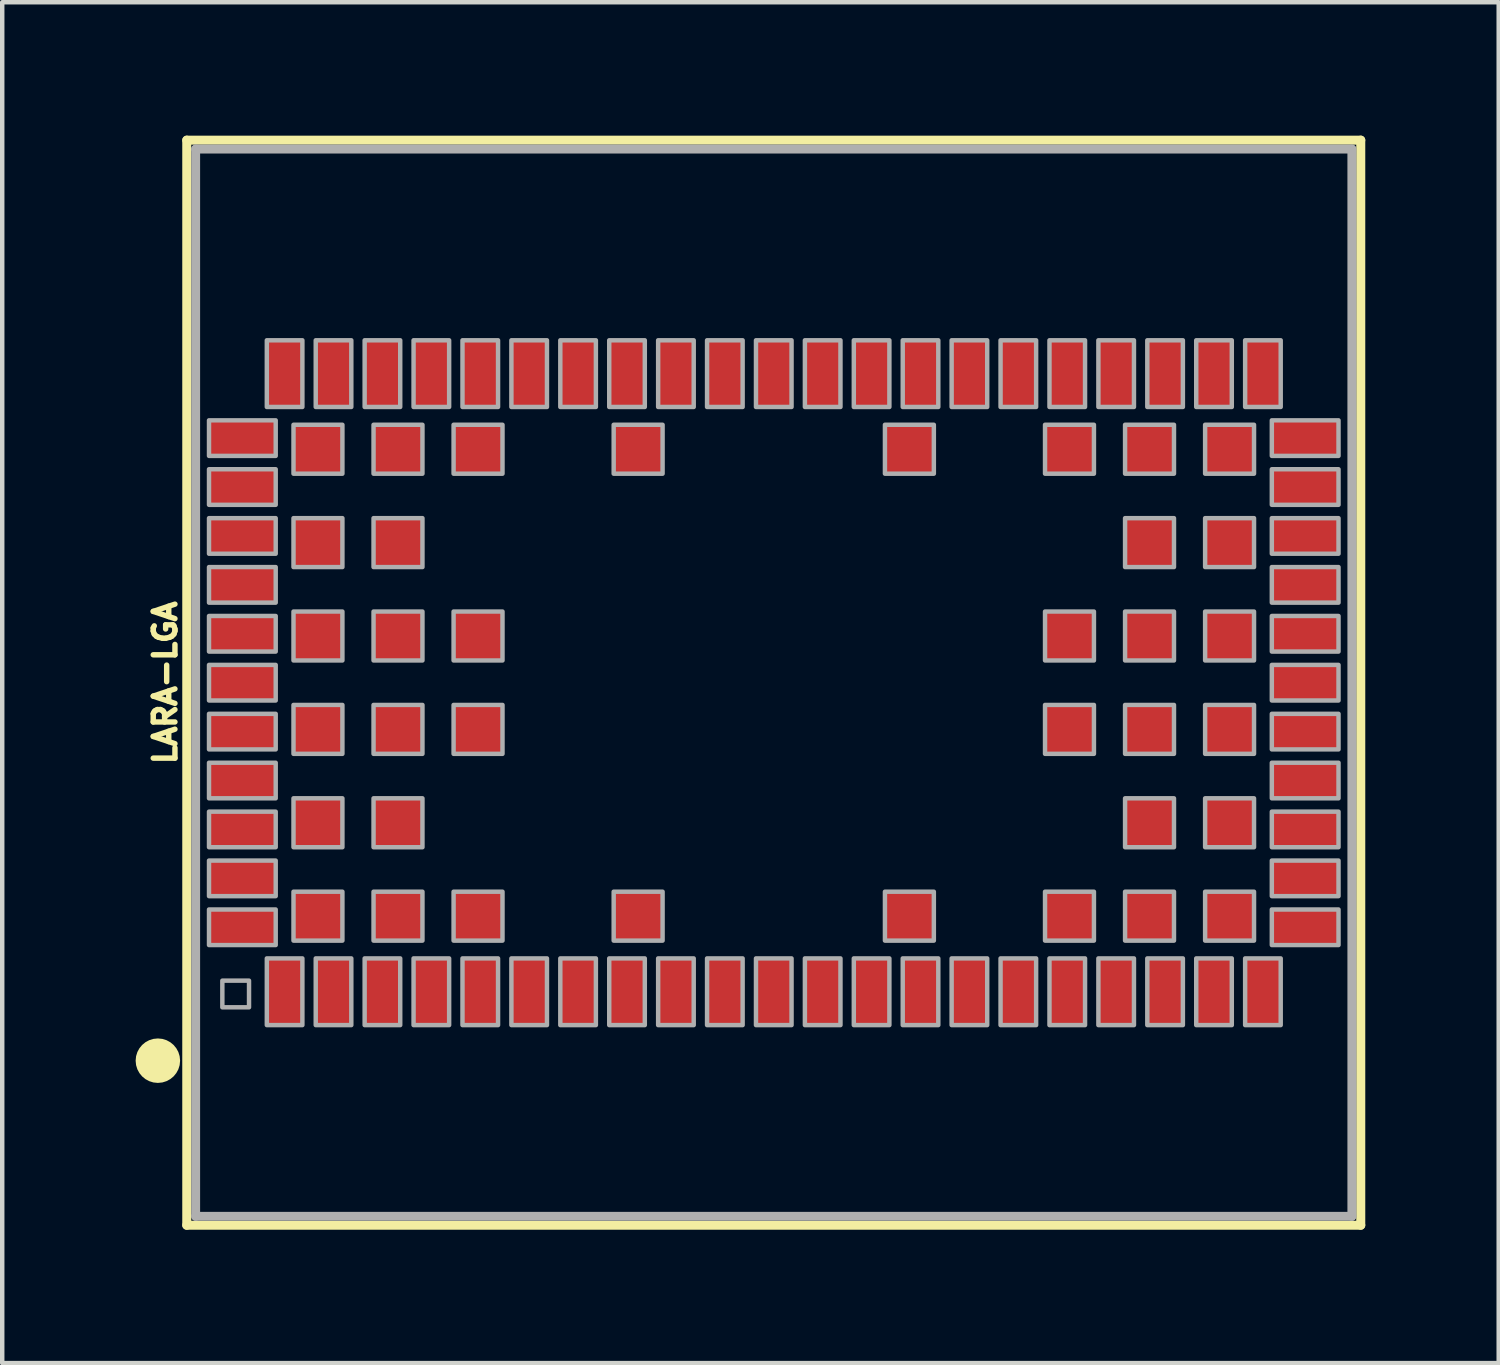
<source format=kicad_pcb>
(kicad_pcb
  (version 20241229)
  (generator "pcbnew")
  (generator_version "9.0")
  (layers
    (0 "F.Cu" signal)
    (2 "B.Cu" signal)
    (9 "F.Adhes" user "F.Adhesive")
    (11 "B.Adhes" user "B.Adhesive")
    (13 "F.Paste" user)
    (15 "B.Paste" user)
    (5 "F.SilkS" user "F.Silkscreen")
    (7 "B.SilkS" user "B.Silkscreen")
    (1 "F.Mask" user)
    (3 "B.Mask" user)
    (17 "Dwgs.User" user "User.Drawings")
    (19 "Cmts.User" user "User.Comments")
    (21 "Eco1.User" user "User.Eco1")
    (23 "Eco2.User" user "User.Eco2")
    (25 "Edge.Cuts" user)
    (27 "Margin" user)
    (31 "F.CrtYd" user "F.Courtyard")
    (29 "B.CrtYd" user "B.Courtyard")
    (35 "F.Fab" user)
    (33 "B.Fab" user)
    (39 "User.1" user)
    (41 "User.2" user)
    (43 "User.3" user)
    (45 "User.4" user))
  (footprint "LARA-LGA"
    (layer "F.Cu")
    (at 14.35 12.302)
    (property "Reference" "LARA-LGA" (at -13.4 0 90) (unlocked yes) (layer "F.SilkS") (effects (font (size 0.488 0.488) (thickness 0.122)) (justify bottom)))
    (fp_line (start -13.2 -12.2) (end -13.2 12.2) (stroke (width 0.203) (type solid)) (layer "F.SilkS"))
    (fp_line (start -13.2 12.2) (end 13.2 12.2) (stroke (width 0.203) (type solid)) (layer "F.SilkS"))
    (fp_line (start 13.2 -12.2) (end -13.2 -12.2) (stroke (width 0.203) (type solid)) (layer "F.SilkS"))
    (fp_line (start 13.2 12.2) (end 13.2 -12.2) (stroke (width 0.203) (type solid)) (layer "F.SilkS"))
    (fp_circle (center -13.85 8.5) (end -13.6 8.5) (stroke (width 0.5) (type solid)) (fill no) (layer "F.SilkS"))
    (fp_poly (pts (xy -11.375 7.775) (xy -10.625 7.775) (xy -10.625 6.225) (xy -11.375 6.225)) (stroke (width 0) (type default)) (fill yes) (layer "F.Paste"))
    (fp_poly (pts (xy -11.225 -5.875) (xy -12.775 -5.875) (xy -12.775 -5.125) (xy -11.225 -5.125)) (stroke (width 0) (type default)) (fill yes) (layer "F.Paste"))
    (fp_poly (pts (xy -11.225 -4.775) (xy -12.775 -4.775) (xy -12.775 -4.025) (xy -11.225 -4.025)) (stroke (width 0) (type default)) (fill yes) (layer "F.Paste"))
    (fp_poly (pts (xy -11.225 -3.675) (xy -12.775 -3.675) (xy -12.775 -2.925) (xy -11.225 -2.925)) (stroke (width 0) (type default)) (fill yes) (layer "F.Paste"))
    (fp_poly (pts (xy -11.225 -2.575) (xy -12.775 -2.575) (xy -12.775 -1.825) (xy -11.225 -1.825)) (stroke (width 0) (type default)) (fill yes) (layer "F.Paste"))
    (fp_poly (pts (xy -11.225 -1.475) (xy -12.775 -1.475) (xy -12.775 -0.725) (xy -11.225 -0.725)) (stroke (width 0) (type default)) (fill yes) (layer "F.Paste"))
    (fp_poly (pts (xy -11.225 -0.375) (xy -12.775 -0.375) (xy -12.775 0.375) (xy -11.225 0.375)) (stroke (width 0) (type default)) (fill yes) (layer "F.Paste"))
    (fp_poly (pts (xy -11.225 0.725) (xy -12.775 0.725) (xy -12.775 1.475) (xy -11.225 1.475)) (stroke (width 0) (type default)) (fill yes) (layer "F.Paste"))
    (fp_poly (pts (xy -11.225 1.825) (xy -12.775 1.825) (xy -12.775 2.575) (xy -11.225 2.575)) (stroke (width 0) (type default)) (fill yes) (layer "F.Paste"))
    (fp_poly (pts (xy -11.225 2.925) (xy -12.775 2.925) (xy -12.775 3.675) (xy -11.225 3.675)) (stroke (width 0) (type default)) (fill yes) (layer "F.Paste"))
    (fp_poly (pts (xy -11.225 4.025) (xy -12.775 4.025) (xy -12.775 4.775) (xy -11.225 4.775)) (stroke (width 0) (type default)) (fill yes) (layer "F.Paste"))
    (fp_poly (pts (xy -11.225 5.125) (xy -12.775 5.125) (xy -12.775 5.875) (xy -11.225 5.875)) (stroke (width 0) (type default)) (fill yes) (layer "F.Paste"))
    (fp_poly (pts (xy -10.775 -4.725) (xy -9.725 -4.725) (xy -9.725 -5.775) (xy -10.775 -5.775)) (stroke (width 0) (type default)) (fill yes) (layer "F.Paste"))
    (fp_poly (pts (xy -10.775 -2.625) (xy -9.725 -2.625) (xy -9.725 -3.675) (xy -10.775 -3.675)) (stroke (width 0) (type default)) (fill yes) (layer "F.Paste"))
    (fp_poly (pts (xy -10.775 -0.525) (xy -9.725 -0.525) (xy -9.725 -1.575) (xy -10.775 -1.575)) (stroke (width 0) (type default)) (fill yes) (layer "F.Paste"))
    (fp_poly (pts (xy -10.775 1.575) (xy -9.725 1.575) (xy -9.725 0.525) (xy -10.775 0.525)) (stroke (width 0) (type default)) (fill yes) (layer "F.Paste"))
    (fp_poly (pts (xy -10.775 3.675) (xy -9.725 3.675) (xy -9.725 2.625) (xy -10.775 2.625)) (stroke (width 0) (type default)) (fill yes) (layer "F.Paste"))
    (fp_poly (pts (xy -10.775 5.775) (xy -9.725 5.775) (xy -9.725 4.725) (xy -10.775 4.725)) (stroke (width 0) (type default)) (fill yes) (layer "F.Paste"))
    (fp_poly (pts (xy -10.625 -7.775) (xy -11.375 -7.775) (xy -11.375 -6.225) (xy -10.625 -6.225)) (stroke (width 0) (type default)) (fill yes) (layer "F.Paste"))
    (fp_poly (pts (xy -10.275 7.775) (xy -9.525 7.775) (xy -9.525 6.225) (xy -10.275 6.225)) (stroke (width 0) (type default)) (fill yes) (layer "F.Paste"))
    (fp_poly (pts (xy -9.525 -7.775) (xy -10.275 -7.775) (xy -10.275 -6.225) (xy -9.525 -6.225)) (stroke (width 0) (type default)) (fill yes) (layer "F.Paste"))
    (fp_poly (pts (xy -9.175 7.775) (xy -8.425 7.775) (xy -8.425 6.225) (xy -9.175 6.225)) (stroke (width 0) (type default)) (fill yes) (layer "F.Paste"))
    (fp_poly (pts (xy -8.975 -4.725) (xy -7.925 -4.725) (xy -7.925 -5.775) (xy -8.975 -5.775)) (stroke (width 0) (type default)) (fill yes) (layer "F.Paste"))
    (fp_poly (pts (xy -8.975 -2.625) (xy -7.925 -2.625) (xy -7.925 -3.675) (xy -8.975 -3.675)) (stroke (width 0) (type default)) (fill yes) (layer "F.Paste"))
    (fp_poly (pts (xy -8.975 -0.525) (xy -7.925 -0.525) (xy -7.925 -1.575) (xy -8.975 -1.575)) (stroke (width 0) (type default)) (fill yes) (layer "F.Paste"))
    (fp_poly (pts (xy -8.975 1.575) (xy -7.925 1.575) (xy -7.925 0.525) (xy -8.975 0.525)) (stroke (width 0) (type default)) (fill yes) (layer "F.Paste"))
    (fp_poly (pts (xy -8.975 3.675) (xy -7.925 3.675) (xy -7.925 2.625) (xy -8.975 2.625)) (stroke (width 0) (type default)) (fill yes) (layer "F.Paste"))
    (fp_poly (pts (xy -8.975 5.775) (xy -7.925 5.775) (xy -7.925 4.725) (xy -8.975 4.725)) (stroke (width 0) (type default)) (fill yes) (layer "F.Paste"))
    (fp_poly (pts (xy -8.425 -7.775) (xy -9.175 -7.775) (xy -9.175 -6.225) (xy -8.425 -6.225)) (stroke (width 0) (type default)) (fill yes) (layer "F.Paste"))
    (fp_poly (pts (xy -8.075 7.775) (xy -7.325 7.775) (xy -7.325 6.225) (xy -8.075 6.225)) (stroke (width 0) (type default)) (fill yes) (layer "F.Paste"))
    (fp_poly (pts (xy -7.325 -7.775) (xy -8.075 -7.775) (xy -8.075 -6.225) (xy -7.325 -6.225)) (stroke (width 0) (type default)) (fill yes) (layer "F.Paste"))
    (fp_poly (pts (xy -7.175 -4.725) (xy -6.125 -4.725) (xy -6.125 -5.775) (xy -7.175 -5.775)) (stroke (width 0) (type default)) (fill yes) (layer "F.Paste"))
    (fp_poly (pts (xy -7.175 -0.525) (xy -6.175 -0.525) (xy -6.175 -1.575) (xy -7.175 -1.575)) (stroke (width 0) (type default)) (fill yes) (layer "F.Paste"))
    (fp_poly (pts (xy -7.175 1.575) (xy -6.175 1.575) (xy -6.175 0.525) (xy -7.175 0.525)) (stroke (width 0) (type default)) (fill yes) (layer "F.Paste"))
    (fp_poly (pts (xy -7.175 5.775) (xy -6.125 5.775) (xy -6.125 4.725) (xy -7.175 4.725)) (stroke (width 0) (type default)) (fill yes) (layer "F.Paste"))
    (fp_poly (pts (xy -6.975 7.775) (xy -6.225 7.775) (xy -6.225 6.225) (xy -6.975 6.225)) (stroke (width 0) (type default)) (fill yes) (layer "F.Paste"))
    (fp_poly (pts (xy -6.225 -7.775) (xy -6.975 -7.775) (xy -6.975 -6.225) (xy -6.225 -6.225)) (stroke (width 0) (type default)) (fill yes) (layer "F.Paste"))
    (fp_poly (pts (xy -5.875 7.775) (xy -5.125 7.775) (xy -5.125 6.225) (xy -5.875 6.225)) (stroke (width 0) (type default)) (fill yes) (layer "F.Paste"))
    (fp_poly (pts (xy -5.125 -7.775) (xy -5.875 -7.775) (xy -5.875 -6.225) (xy -5.125 -6.225)) (stroke (width 0) (type default)) (fill yes) (layer "F.Paste"))
    (fp_poly (pts (xy -4.775 7.775) (xy -4.025 7.775) (xy -4.025 6.225) (xy -4.775 6.225)) (stroke (width 0) (type default)) (fill yes) (layer "F.Paste"))
    (fp_poly (pts (xy -4.025 -7.775) (xy -4.775 -7.775) (xy -4.775 -6.225) (xy -4.025 -6.225)) (stroke (width 0) (type default)) (fill yes) (layer "F.Paste"))
    (fp_poly (pts (xy -3.675 7.775) (xy -2.925 7.775) (xy -2.925 6.225) (xy -3.675 6.225)) (stroke (width 0) (type default)) (fill yes) (layer "F.Paste"))
    (fp_poly (pts (xy -3.575 -4.725) (xy -2.525 -4.725) (xy -2.525 -5.775) (xy -3.575 -5.775)) (stroke (width 0) (type default)) (fill yes) (layer "F.Paste"))
    (fp_poly (pts (xy -3.575 5.775) (xy -2.525 5.775) (xy -2.525 4.725) (xy -3.575 4.725)) (stroke (width 0) (type default)) (fill yes) (layer "F.Paste"))
    (fp_poly (pts (xy -2.925 -7.775) (xy -3.675 -7.775) (xy -3.675 -6.225) (xy -2.925 -6.225)) (stroke (width 0) (type default)) (fill yes) (layer "F.Paste"))
    (fp_poly (pts (xy -2.575 7.775) (xy -1.825 7.775) (xy -1.825 6.225) (xy -2.575 6.225)) (stroke (width 0) (type default)) (fill yes) (layer "F.Paste"))
    (fp_poly (pts (xy -1.825 -7.775) (xy -2.575 -7.775) (xy -2.575 -6.225) (xy -1.825 -6.225)) (stroke (width 0) (type default)) (fill yes) (layer "F.Paste"))
    (fp_poly (pts (xy -1.475 7.775) (xy -0.725 7.775) (xy -0.725 6.225) (xy -1.475 6.225)) (stroke (width 0) (type default)) (fill yes) (layer "F.Paste"))
    (fp_poly (pts (xy -0.725 -7.775) (xy -1.475 -7.775) (xy -1.475 -6.225) (xy -0.725 -6.225)) (stroke (width 0) (type default)) (fill yes) (layer "F.Paste"))
    (fp_poly (pts (xy -0.375 7.775) (xy 0.375 7.775) (xy 0.375 6.225) (xy -0.375 6.225)) (stroke (width 0) (type default)) (fill yes) (layer "F.Paste"))
    (fp_poly (pts (xy 0.375 -7.775) (xy -0.375 -7.775) (xy -0.375 -6.225) (xy 0.375 -6.225)) (stroke (width 0) (type default)) (fill yes) (layer "F.Paste"))
    (fp_poly (pts (xy 0.725 7.775) (xy 1.475 7.775) (xy 1.475 6.225) (xy 0.725 6.225)) (stroke (width 0) (type default)) (fill yes) (layer "F.Paste"))
    (fp_poly (pts (xy 1.475 -7.775) (xy 0.725 -7.775) (xy 0.725 -6.225) (xy 1.475 -6.225)) (stroke (width 0) (type default)) (fill yes) (layer "F.Paste"))
    (fp_poly (pts (xy 1.825 7.775) (xy 2.575 7.775) (xy 2.575 6.225) (xy 1.825 6.225)) (stroke (width 0) (type default)) (fill yes) (layer "F.Paste"))
    (fp_poly (pts (xy 2.575 -7.775) (xy 1.825 -7.775) (xy 1.825 -6.225) (xy 2.575 -6.225)) (stroke (width 0) (type default)) (fill yes) (layer "F.Paste"))
    (fp_poly (pts (xy 2.925 7.775) (xy 3.675 7.775) (xy 3.675 6.225) (xy 2.925 6.225)) (stroke (width 0) (type default)) (fill yes) (layer "F.Paste"))
    (fp_poly (pts (xy 3.575 -5.775) (xy 2.525 -5.775) (xy 2.525 -4.725) (xy 3.575 -4.725)) (stroke (width 0) (type default)) (fill yes) (layer "F.Paste"))
    (fp_poly (pts (xy 3.575 4.725) (xy 2.525 4.725) (xy 2.525 5.775) (xy 3.575 5.775)) (stroke (width 0) (type default)) (fill yes) (layer "F.Paste"))
    (fp_poly (pts (xy 3.675 -7.775) (xy 2.925 -7.775) (xy 2.925 -6.225) (xy 3.675 -6.225)) (stroke (width 0) (type default)) (fill yes) (layer "F.Paste"))
    (fp_poly (pts (xy 4.025 7.775) (xy 4.775 7.775) (xy 4.775 6.225) (xy 4.025 6.225)) (stroke (width 0) (type default)) (fill yes) (layer "F.Paste"))
    (fp_poly (pts (xy 4.775 -7.775) (xy 4.025 -7.775) (xy 4.025 -6.225) (xy 4.775 -6.225)) (stroke (width 0) (type default)) (fill yes) (layer "F.Paste"))
    (fp_poly (pts (xy 5.125 7.775) (xy 5.875 7.775) (xy 5.875 6.225) (xy 5.125 6.225)) (stroke (width 0) (type default)) (fill yes) (layer "F.Paste"))
    (fp_poly (pts (xy 5.875 -7.775) (xy 5.125 -7.775) (xy 5.125 -6.225) (xy 5.875 -6.225)) (stroke (width 0) (type default)) (fill yes) (layer "F.Paste"))
    (fp_poly (pts (xy 6.225 7.775) (xy 6.975 7.775) (xy 6.975 6.225) (xy 6.225 6.225)) (stroke (width 0) (type default)) (fill yes) (layer "F.Paste"))
    (fp_poly (pts (xy 6.975 -7.775) (xy 6.225 -7.775) (xy 6.225 -6.225) (xy 6.975 -6.225)) (stroke (width 0) (type default)) (fill yes) (layer "F.Paste"))
    (fp_poly (pts (xy 7.175 -5.775) (xy 6.125 -5.775) (xy 6.125 -4.725) (xy 7.175 -4.725)) (stroke (width 0) (type default)) (fill yes) (layer "F.Paste"))
    (fp_poly (pts (xy 7.175 -1.575) (xy 6.175 -1.575) (xy 6.175 -0.525) (xy 7.175 -0.525)) (stroke (width 0) (type default)) (fill yes) (layer "F.Paste"))
    (fp_poly (pts (xy 7.175 0.525) (xy 6.175 0.525) (xy 6.175 1.575) (xy 7.175 1.575)) (stroke (width 0) (type default)) (fill yes) (layer "F.Paste"))
    (fp_poly (pts (xy 7.175 4.725) (xy 6.125 4.725) (xy 6.125 5.775) (xy 7.175 5.775)) (stroke (width 0) (type default)) (fill yes) (layer "F.Paste"))
    (fp_poly (pts (xy 7.325 7.775) (xy 8.075 7.775) (xy 8.075 6.225) (xy 7.325 6.225)) (stroke (width 0) (type default)) (fill yes) (layer "F.Paste"))
    (fp_poly (pts (xy 8.075 -7.775) (xy 7.325 -7.775) (xy 7.325 -6.225) (xy 8.075 -6.225)) (stroke (width 0) (type default)) (fill yes) (layer "F.Paste"))
    (fp_poly (pts (xy 8.425 7.775) (xy 9.175 7.775) (xy 9.175 6.225) (xy 8.425 6.225)) (stroke (width 0) (type default)) (fill yes) (layer "F.Paste"))
    (fp_poly (pts (xy 8.975 -5.775) (xy 7.925 -5.775) (xy 7.925 -4.725) (xy 8.975 -4.725)) (stroke (width 0) (type default)) (fill yes) (layer "F.Paste"))
    (fp_poly (pts (xy 8.975 -3.675) (xy 7.925 -3.675) (xy 7.925 -2.625) (xy 8.975 -2.625)) (stroke (width 0) (type default)) (fill yes) (layer "F.Paste"))
    (fp_poly (pts (xy 8.975 -1.575) (xy 7.925 -1.575) (xy 7.925 -0.525) (xy 8.975 -0.525)) (stroke (width 0) (type default)) (fill yes) (layer "F.Paste"))
    (fp_poly (pts (xy 8.975 0.525) (xy 7.925 0.525) (xy 7.925 1.575) (xy 8.975 1.575)) (stroke (width 0) (type default)) (fill yes) (layer "F.Paste"))
    (fp_poly (pts (xy 8.975 2.625) (xy 7.925 2.625) (xy 7.925 3.675) (xy 8.975 3.675)) (stroke (width 0) (type default)) (fill yes) (layer "F.Paste"))
    (fp_poly (pts (xy 8.975 4.725) (xy 7.925 4.725) (xy 7.925 5.775) (xy 8.975 5.775)) (stroke (width 0) (type default)) (fill yes) (layer "F.Paste"))
    (fp_poly (pts (xy 9.175 -7.775) (xy 8.425 -7.775) (xy 8.425 -6.225) (xy 9.175 -6.225)) (stroke (width 0) (type default)) (fill yes) (layer "F.Paste"))
    (fp_poly (pts (xy 9.525 7.775) (xy 10.275 7.775) (xy 10.275 6.225) (xy 9.525 6.225)) (stroke (width 0) (type default)) (fill yes) (layer "F.Paste"))
    (fp_poly (pts (xy 10.275 -7.775) (xy 9.525 -7.775) (xy 9.525 -6.225) (xy 10.275 -6.225)) (stroke (width 0) (type default)) (fill yes) (layer "F.Paste"))
    (fp_poly (pts (xy 10.625 7.775) (xy 11.375 7.775) (xy 11.375 6.225) (xy 10.625 6.225)) (stroke (width 0) (type default)) (fill yes) (layer "F.Paste"))
    (fp_poly (pts (xy 10.775 -5.775) (xy 9.725 -5.775) (xy 9.725 -4.725) (xy 10.775 -4.725)) (stroke (width 0) (type default)) (fill yes) (layer "F.Paste"))
    (fp_poly (pts (xy 10.775 -3.675) (xy 9.725 -3.675) (xy 9.725 -2.625) (xy 10.775 -2.625)) (stroke (width 0) (type default)) (fill yes) (layer "F.Paste"))
    (fp_poly (pts (xy 10.775 -1.575) (xy 9.725 -1.575) (xy 9.725 -0.525) (xy 10.775 -0.525)) (stroke (width 0) (type default)) (fill yes) (layer "F.Paste"))
    (fp_poly (pts (xy 10.775 0.525) (xy 9.725 0.525) (xy 9.725 1.575) (xy 10.775 1.575)) (stroke (width 0) (type default)) (fill yes) (layer "F.Paste"))
    (fp_poly (pts (xy 10.775 2.625) (xy 9.725 2.625) (xy 9.725 3.675) (xy 10.775 3.675)) (stroke (width 0) (type default)) (fill yes) (layer "F.Paste"))
    (fp_poly (pts (xy 10.775 4.725) (xy 9.725 4.725) (xy 9.725 5.775) (xy 10.775 5.775)) (stroke (width 0) (type default)) (fill yes) (layer "F.Paste"))
    (fp_poly (pts (xy 11.225 -5.125) (xy 12.775 -5.125) (xy 12.775 -5.875) (xy 11.225 -5.875)) (stroke (width 0) (type default)) (fill yes) (layer "F.Paste"))
    (fp_poly (pts (xy 11.225 -4.025) (xy 12.775 -4.025) (xy 12.775 -4.775) (xy 11.225 -4.775)) (stroke (width 0) (type default)) (fill yes) (layer "F.Paste"))
    (fp_poly (pts (xy 11.225 -2.925) (xy 12.775 -2.925) (xy 12.775 -3.675) (xy 11.225 -3.675)) (stroke (width 0) (type default)) (fill yes) (layer "F.Paste"))
    (fp_poly (pts (xy 11.225 -1.825) (xy 12.775 -1.825) (xy 12.775 -2.575) (xy 11.225 -2.575)) (stroke (width 0) (type default)) (fill yes) (layer "F.Paste"))
    (fp_poly (pts (xy 11.225 -0.725) (xy 12.775 -0.725) (xy 12.775 -1.475) (xy 11.225 -1.475)) (stroke (width 0) (type default)) (fill yes) (layer "F.Paste"))
    (fp_poly (pts (xy 11.225 0.375) (xy 12.775 0.375) (xy 12.775 -0.375) (xy 11.225 -0.375)) (stroke (width 0) (type default)) (fill yes) (layer "F.Paste"))
    (fp_poly (pts (xy 11.225 1.475) (xy 12.775 1.475) (xy 12.775 0.725) (xy 11.225 0.725)) (stroke (width 0) (type default)) (fill yes) (layer "F.Paste"))
    (fp_poly (pts (xy 11.225 2.575) (xy 12.775 2.575) (xy 12.775 1.825) (xy 11.225 1.825)) (stroke (width 0) (type default)) (fill yes) (layer "F.Paste"))
    (fp_poly (pts (xy 11.225 3.675) (xy 12.775 3.675) (xy 12.775 2.925) (xy 11.225 2.925)) (stroke (width 0) (type default)) (fill yes) (layer "F.Paste"))
    (fp_poly (pts (xy 11.225 4.775) (xy 12.775 4.775) (xy 12.775 4.025) (xy 11.225 4.025)) (stroke (width 0) (type default)) (fill yes) (layer "F.Paste"))
    (fp_poly (pts (xy 11.225 5.875) (xy 12.775 5.875) (xy 12.775 5.125) (xy 11.225 5.125)) (stroke (width 0) (type default)) (fill yes) (layer "F.Paste"))
    (fp_poly (pts (xy 11.375 -7.775) (xy 10.625 -7.775) (xy 10.625 -6.225) (xy 11.375 -6.225)) (stroke (width 0) (type default)) (fill yes) (layer "F.Paste"))
    (fp_line (start -13 -12) (end -13 12) (stroke (width 0.2) (type solid)) (layer "F.Fab"))
    (fp_line (start -13 12) (end 13 12) (stroke (width 0.2) (type solid)) (layer "F.Fab"))
    (fp_line (start 13 -12) (end -13 -12) (stroke (width 0.2) (type solid)) (layer "F.Fab"))
    (fp_line (start 13 12) (end 13 -12) (stroke (width 0.2) (type solid)) (layer "F.Fab"))
    (fp_poly (pts (xy -12.4 7.3) (xy -11.8 7.3) (xy -11.8 6.7) (xy -12.4 6.7)) (stroke (width 0.1) (type default)) (fill no) (layer "F.Fab"))
    (fp_poly (pts (xy -11.4 7.7) (xy -10.6 7.7) (xy -10.6 6.2) (xy -11.4 6.2)) (stroke (width 0.1) (type default)) (fill no) (layer "F.Fab"))
    (fp_poly (pts (xy -11.2 -5.9) (xy -12.7 -5.9) (xy -12.7 -5.1) (xy -11.2 -5.1)) (stroke (width 0.1) (type default)) (fill no) (layer "F.Fab"))
    (fp_poly (pts (xy -11.2 -4.8) (xy -12.7 -4.8) (xy -12.7 -4) (xy -11.2 -4)) (stroke (width 0.1) (type default)) (fill no) (layer "F.Fab"))
    (fp_poly (pts (xy -11.2 -3.7) (xy -12.7 -3.7) (xy -12.7 -2.9) (xy -11.2 -2.9)) (stroke (width 0.1) (type default)) (fill no) (layer "F.Fab"))
    (fp_poly (pts (xy -11.2 -2.6) (xy -12.7 -2.6) (xy -12.7 -1.8) (xy -11.2 -1.8)) (stroke (width 0.1) (type default)) (fill no) (layer "F.Fab"))
    (fp_poly (pts (xy -11.2 -1.5) (xy -12.7 -1.5) (xy -12.7 -0.7) (xy -11.2 -0.7)) (stroke (width 0.1) (type default)) (fill no) (layer "F.Fab"))
    (fp_poly (pts (xy -11.2 -0.4) (xy -12.7 -0.4) (xy -12.7 0.4) (xy -11.2 0.4)) (stroke (width 0.1) (type default)) (fill no) (layer "F.Fab"))
    (fp_poly (pts (xy -11.2 0.7) (xy -12.7 0.7) (xy -12.7 1.5) (xy -11.2 1.5)) (stroke (width 0.1) (type default)) (fill no) (layer "F.Fab"))
    (fp_poly (pts (xy -11.2 1.8) (xy -12.7 1.8) (xy -12.7 2.6) (xy -11.2 2.6)) (stroke (width 0.1) (type default)) (fill no) (layer "F.Fab"))
    (fp_poly (pts (xy -11.2 2.9) (xy -12.7 2.9) (xy -12.7 3.7) (xy -11.2 3.7)) (stroke (width 0.1) (type default)) (fill no) (layer "F.Fab"))
    (fp_poly (pts (xy -11.2 4) (xy -12.7 4) (xy -12.7 4.8) (xy -11.2 4.8)) (stroke (width 0.1) (type default)) (fill no) (layer "F.Fab"))
    (fp_poly (pts (xy -11.2 5.1) (xy -12.7 5.1) (xy -12.7 5.9) (xy -11.2 5.9)) (stroke (width 0.1) (type default)) (fill no) (layer "F.Fab"))
    (fp_poly (pts (xy -10.8 -4.7) (xy -9.7 -4.7) (xy -9.7 -5.8) (xy -10.8 -5.8)) (stroke (width 0.1) (type default)) (fill no) (layer "F.Fab"))
    (fp_poly (pts (xy -10.8 -2.6) (xy -9.7 -2.6) (xy -9.7 -3.7) (xy -10.8 -3.7)) (stroke (width 0.1) (type default)) (fill no) (layer "F.Fab"))
    (fp_poly (pts (xy -10.8 -0.5) (xy -9.7 -0.5) (xy -9.7 -1.6) (xy -10.8 -1.6)) (stroke (width 0.1) (type default)) (fill no) (layer "F.Fab"))
    (fp_poly (pts (xy -10.8 1.6) (xy -9.7 1.6) (xy -9.7 0.5) (xy -10.8 0.5)) (stroke (width 0.1) (type default)) (fill no) (layer "F.Fab"))
    (fp_poly (pts (xy -10.8 3.7) (xy -9.7 3.7) (xy -9.7 2.6) (xy -10.8 2.6)) (stroke (width 0.1) (type default)) (fill no) (layer "F.Fab"))
    (fp_poly (pts (xy -10.8 5.8) (xy -9.7 5.8) (xy -9.7 4.7) (xy -10.8 4.7)) (stroke (width 0.1) (type default)) (fill no) (layer "F.Fab"))
    (fp_poly (pts (xy -10.6 -7.7) (xy -11.4 -7.7) (xy -11.4 -6.2) (xy -10.6 -6.2)) (stroke (width 0.1) (type default)) (fill no) (layer "F.Fab"))
    (fp_poly (pts (xy -10.3 7.7) (xy -9.5 7.7) (xy -9.5 6.2) (xy -10.3 6.2)) (stroke (width 0.1) (type default)) (fill no) (layer "F.Fab"))
    (fp_poly (pts (xy -9.5 -7.7) (xy -10.3 -7.7) (xy -10.3 -6.2) (xy -9.5 -6.2)) (stroke (width 0.1) (type default)) (fill no) (layer "F.Fab"))
    (fp_poly (pts (xy -9.2 7.7) (xy -8.4 7.7) (xy -8.4 6.2) (xy -9.2 6.2)) (stroke (width 0.1) (type default)) (fill no) (layer "F.Fab"))
    (fp_poly (pts (xy -9 -4.7) (xy -7.9 -4.7) (xy -7.9 -5.8) (xy -9 -5.8)) (stroke (width 0.1) (type default)) (fill no) (layer "F.Fab"))
    (fp_poly (pts (xy -9 -2.6) (xy -7.9 -2.6) (xy -7.9 -3.7) (xy -9 -3.7)) (stroke (width 0.1) (type default)) (fill no) (layer "F.Fab"))
    (fp_poly (pts (xy -9 -0.5) (xy -7.9 -0.5) (xy -7.9 -1.6) (xy -9 -1.6)) (stroke (width 0.1) (type default)) (fill no) (layer "F.Fab"))
    (fp_poly (pts (xy -9 1.6) (xy -7.9 1.6) (xy -7.9 0.5) (xy -9 0.5)) (stroke (width 0.1) (type default)) (fill no) (layer "F.Fab"))
    (fp_poly (pts (xy -9 3.7) (xy -7.9 3.7) (xy -7.9 2.6) (xy -9 2.6)) (stroke (width 0.1) (type default)) (fill no) (layer "F.Fab"))
    (fp_poly (pts (xy -9 5.8) (xy -7.9 5.8) (xy -7.9 4.7) (xy -9 4.7)) (stroke (width 0.1) (type default)) (fill no) (layer "F.Fab"))
    (fp_poly (pts (xy -8.4 -7.7) (xy -9.2 -7.7) (xy -9.2 -6.2) (xy -8.4 -6.2)) (stroke (width 0.1) (type default)) (fill no) (layer "F.Fab"))
    (fp_poly (pts (xy -8.1 7.7) (xy -7.3 7.7) (xy -7.3 6.2) (xy -8.1 6.2)) (stroke (width 0.1) (type default)) (fill no) (layer "F.Fab"))
    (fp_poly (pts (xy -7.3 -7.7) (xy -8.1 -7.7) (xy -8.1 -6.2) (xy -7.3 -6.2)) (stroke (width 0.1) (type default)) (fill no) (layer "F.Fab"))
    (fp_poly (pts (xy -7.2 -4.7) (xy -6.1 -4.7) (xy -6.1 -5.8) (xy -7.2 -5.8)) (stroke (width 0.1) (type default)) (fill no) (layer "F.Fab"))
    (fp_poly (pts (xy -7.2 -0.5) (xy -6.1 -0.5) (xy -6.1 -1.6) (xy -7.2 -1.6)) (stroke (width 0.1) (type default)) (fill no) (layer "F.Fab"))
    (fp_poly (pts (xy -7.2 1.6) (xy -6.1 1.6) (xy -6.1 0.5) (xy -7.2 0.5)) (stroke (width 0.1) (type default)) (fill no) (layer "F.Fab"))
    (fp_poly (pts (xy -7.2 5.8) (xy -6.1 5.8) (xy -6.1 4.7) (xy -7.2 4.7)) (stroke (width 0.1) (type default)) (fill no) (layer "F.Fab"))
    (fp_poly (pts (xy -7 7.7) (xy -6.2 7.7) (xy -6.2 6.2) (xy -7 6.2)) (stroke (width 0.1) (type default)) (fill no) (layer "F.Fab"))
    (fp_poly (pts (xy -6.2 -7.7) (xy -7 -7.7) (xy -7 -6.2) (xy -6.2 -6.2)) (stroke (width 0.1) (type default)) (fill no) (layer "F.Fab"))
    (fp_poly (pts (xy -5.9 7.7) (xy -5.1 7.7) (xy -5.1 6.2) (xy -5.9 6.2)) (stroke (width 0.1) (type default)) (fill no) (layer "F.Fab"))
    (fp_poly (pts (xy -5.1 -7.7) (xy -5.9 -7.7) (xy -5.9 -6.2) (xy -5.1 -6.2)) (stroke (width 0.1) (type default)) (fill no) (layer "F.Fab"))
    (fp_poly (pts (xy -4.8 7.7) (xy -4 7.7) (xy -4 6.2) (xy -4.8 6.2)) (stroke (width 0.1) (type default)) (fill no) (layer "F.Fab"))
    (fp_poly (pts (xy -4 -7.7) (xy -4.8 -7.7) (xy -4.8 -6.2) (xy -4 -6.2)) (stroke (width 0.1) (type default)) (fill no) (layer "F.Fab"))
    (fp_poly (pts (xy -3.7 7.7) (xy -2.9 7.7) (xy -2.9 6.2) (xy -3.7 6.2)) (stroke (width 0.1) (type default)) (fill no) (layer "F.Fab"))
    (fp_poly (pts (xy -3.6 -4.7) (xy -2.5 -4.7) (xy -2.5 -5.8) (xy -3.6 -5.8)) (stroke (width 0.1) (type default)) (fill no) (layer "F.Fab"))
    (fp_poly (pts (xy -3.6 5.8) (xy -2.5 5.8) (xy -2.5 4.7) (xy -3.6 4.7)) (stroke (width 0.1) (type default)) (fill no) (layer "F.Fab"))
    (fp_poly (pts (xy -2.9 -7.7) (xy -3.7 -7.7) (xy -3.7 -6.2) (xy -2.9 -6.2)) (stroke (width 0.1) (type default)) (fill no) (layer "F.Fab"))
    (fp_poly (pts (xy -2.6 7.7) (xy -1.8 7.7) (xy -1.8 6.2) (xy -2.6 6.2)) (stroke (width 0.1) (type default)) (fill no) (layer "F.Fab"))
    (fp_poly (pts (xy -1.8 -7.7) (xy -2.6 -7.7) (xy -2.6 -6.2) (xy -1.8 -6.2)) (stroke (width 0.1) (type default)) (fill no) (layer "F.Fab"))
    (fp_poly (pts (xy -1.5 7.7) (xy -0.7 7.7) (xy -0.7 6.2) (xy -1.5 6.2)) (stroke (width 0.1) (type default)) (fill no) (layer "F.Fab"))
    (fp_poly (pts (xy -0.7 -7.7) (xy -1.5 -7.7) (xy -1.5 -6.2) (xy -0.7 -6.2)) (stroke (width 0.1) (type default)) (fill no) (layer "F.Fab"))
    (fp_poly (pts (xy -0.4 7.7) (xy 0.4 7.7) (xy 0.4 6.2) (xy -0.4 6.2)) (stroke (width 0.1) (type default)) (fill no) (layer "F.Fab"))
    (fp_poly (pts (xy 0.4 -7.7) (xy -0.4 -7.7) (xy -0.4 -6.2) (xy 0.4 -6.2)) (stroke (width 0.1) (type default)) (fill no) (layer "F.Fab"))
    (fp_poly (pts (xy 0.7 7.7) (xy 1.5 7.7) (xy 1.5 6.2) (xy 0.7 6.2)) (stroke (width 0.1) (type default)) (fill no) (layer "F.Fab"))
    (fp_poly (pts (xy 1.5 -7.7) (xy 0.7 -7.7) (xy 0.7 -6.2) (xy 1.5 -6.2)) (stroke (width 0.1) (type default)) (fill no) (layer "F.Fab"))
    (fp_poly (pts (xy 1.8 7.7) (xy 2.6 7.7) (xy 2.6 6.2) (xy 1.8 6.2)) (stroke (width 0.1) (type default)) (fill no) (layer "F.Fab"))
    (fp_poly (pts (xy 2.6 -7.7) (xy 1.8 -7.7) (xy 1.8 -6.2) (xy 2.6 -6.2)) (stroke (width 0.1) (type default)) (fill no) (layer "F.Fab"))
    (fp_poly (pts (xy 2.9 7.7) (xy 3.7 7.7) (xy 3.7 6.2) (xy 2.9 6.2)) (stroke (width 0.1) (type default)) (fill no) (layer "F.Fab"))
    (fp_poly (pts (xy 3.6 -5.8) (xy 2.5 -5.8) (xy 2.5 -4.7) (xy 3.6 -4.7)) (stroke (width 0.1) (type default)) (fill no) (layer "F.Fab"))
    (fp_poly (pts (xy 3.6 4.7) (xy 2.5 4.7) (xy 2.5 5.8) (xy 3.6 5.8)) (stroke (width 0.1) (type default)) (fill no) (layer "F.Fab"))
    (fp_poly (pts (xy 3.7 -7.7) (xy 2.9 -7.7) (xy 2.9 -6.2) (xy 3.7 -6.2)) (stroke (width 0.1) (type default)) (fill no) (layer "F.Fab"))
    (fp_poly (pts (xy 4 7.7) (xy 4.8 7.7) (xy 4.8 6.2) (xy 4 6.2)) (stroke (width 0.1) (type default)) (fill no) (layer "F.Fab"))
    (fp_poly (pts (xy 4.8 -7.7) (xy 4 -7.7) (xy 4 -6.2) (xy 4.8 -6.2)) (stroke (width 0.1) (type default)) (fill no) (layer "F.Fab"))
    (fp_poly (pts (xy 5.1 7.7) (xy 5.9 7.7) (xy 5.9 6.2) (xy 5.1 6.2)) (stroke (width 0.1) (type default)) (fill no) (layer "F.Fab"))
    (fp_poly (pts (xy 5.9 -7.7) (xy 5.1 -7.7) (xy 5.1 -6.2) (xy 5.9 -6.2)) (stroke (width 0.1) (type default)) (fill no) (layer "F.Fab"))
    (fp_poly (pts (xy 6.2 7.7) (xy 7 7.7) (xy 7 6.2) (xy 6.2 6.2)) (stroke (width 0.1) (type default)) (fill no) (layer "F.Fab"))
    (fp_poly (pts (xy 7 -7.7) (xy 6.2 -7.7) (xy 6.2 -6.2) (xy 7 -6.2)) (stroke (width 0.1) (type default)) (fill no) (layer "F.Fab"))
    (fp_poly (pts (xy 7.2 -5.8) (xy 6.1 -5.8) (xy 6.1 -4.7) (xy 7.2 -4.7)) (stroke (width 0.1) (type default)) (fill no) (layer "F.Fab"))
    (fp_poly (pts (xy 7.2 -1.6) (xy 6.1 -1.6) (xy 6.1 -0.5) (xy 7.2 -0.5)) (stroke (width 0.1) (type default)) (fill no) (layer "F.Fab"))
    (fp_poly (pts (xy 7.2 0.5) (xy 6.1 0.5) (xy 6.1 1.6) (xy 7.2 1.6)) (stroke (width 0.1) (type default)) (fill no) (layer "F.Fab"))
    (fp_poly (pts (xy 7.2 4.7) (xy 6.1 4.7) (xy 6.1 5.8) (xy 7.2 5.8)) (stroke (width 0.1) (type default)) (fill no) (layer "F.Fab"))
    (fp_poly (pts (xy 7.3 7.7) (xy 8.1 7.7) (xy 8.1 6.2) (xy 7.3 6.2)) (stroke (width 0.1) (type default)) (fill no) (layer "F.Fab"))
    (fp_poly (pts (xy 8.1 -7.7) (xy 7.3 -7.7) (xy 7.3 -6.2) (xy 8.1 -6.2)) (stroke (width 0.1) (type default)) (fill no) (layer "F.Fab"))
    (fp_poly (pts (xy 8.4 7.7) (xy 9.2 7.7) (xy 9.2 6.2) (xy 8.4 6.2)) (stroke (width 0.1) (type default)) (fill no) (layer "F.Fab"))
    (fp_poly (pts (xy 9 -5.8) (xy 7.9 -5.8) (xy 7.9 -4.7) (xy 9 -4.7)) (stroke (width 0.1) (type default)) (fill no) (layer "F.Fab"))
    (fp_poly (pts (xy 9 -3.7) (xy 7.9 -3.7) (xy 7.9 -2.6) (xy 9 -2.6)) (stroke (width 0.1) (type default)) (fill no) (layer "F.Fab"))
    (fp_poly (pts (xy 9 -1.6) (xy 7.9 -1.6) (xy 7.9 -0.5) (xy 9 -0.5)) (stroke (width 0.1) (type default)) (fill no) (layer "F.Fab"))
    (fp_poly (pts (xy 9 0.5) (xy 7.9 0.5) (xy 7.9 1.6) (xy 9 1.6)) (stroke (width 0.1) (type default)) (fill no) (layer "F.Fab"))
    (fp_poly (pts (xy 9 2.6) (xy 7.9 2.6) (xy 7.9 3.7) (xy 9 3.7)) (stroke (width 0.1) (type default)) (fill no) (layer "F.Fab"))
    (fp_poly (pts (xy 9 4.7) (xy 7.9 4.7) (xy 7.9 5.8) (xy 9 5.8)) (stroke (width 0.1) (type default)) (fill no) (layer "F.Fab"))
    (fp_poly (pts (xy 9.2 -7.7) (xy 8.4 -7.7) (xy 8.4 -6.2) (xy 9.2 -6.2)) (stroke (width 0.1) (type default)) (fill no) (layer "F.Fab"))
    (fp_poly (pts (xy 9.5 7.7) (xy 10.3 7.7) (xy 10.3 6.2) (xy 9.5 6.2)) (stroke (width 0.1) (type default)) (fill no) (layer "F.Fab"))
    (fp_poly (pts (xy 10.3 -7.7) (xy 9.5 -7.7) (xy 9.5 -6.2) (xy 10.3 -6.2)) (stroke (width 0.1) (type default)) (fill no) (layer "F.Fab"))
    (fp_poly (pts (xy 10.6 7.7) (xy 11.4 7.7) (xy 11.4 6.2) (xy 10.6 6.2)) (stroke (width 0.1) (type default)) (fill no) (layer "F.Fab"))
    (fp_poly (pts (xy 10.8 -5.8) (xy 9.7 -5.8) (xy 9.7 -4.7) (xy 10.8 -4.7)) (stroke (width 0.1) (type default)) (fill no) (layer "F.Fab"))
    (fp_poly (pts (xy 10.8 -3.7) (xy 9.7 -3.7) (xy 9.7 -2.6) (xy 10.8 -2.6)) (stroke (width 0.1) (type default)) (fill no) (layer "F.Fab"))
    (fp_poly (pts (xy 10.8 -1.6) (xy 9.7 -1.6) (xy 9.7 -0.5) (xy 10.8 -0.5)) (stroke (width 0.1) (type default)) (fill no) (layer "F.Fab"))
    (fp_poly (pts (xy 10.8 0.5) (xy 9.7 0.5) (xy 9.7 1.6) (xy 10.8 1.6)) (stroke (width 0.1) (type default)) (fill no) (layer "F.Fab"))
    (fp_poly (pts (xy 10.8 2.6) (xy 9.7 2.6) (xy 9.7 3.7) (xy 10.8 3.7)) (stroke (width 0.1) (type default)) (fill no) (layer "F.Fab"))
    (fp_poly (pts (xy 10.8 4.7) (xy 9.7 4.7) (xy 9.7 5.8) (xy 10.8 5.8)) (stroke (width 0.1) (type default)) (fill no) (layer "F.Fab"))
    (fp_poly (pts (xy 11.2 -5.1) (xy 12.7 -5.1) (xy 12.7 -5.9) (xy 11.2 -5.9)) (stroke (width 0.1) (type default)) (fill no) (layer "F.Fab"))
    (fp_poly (pts (xy 11.2 -4) (xy 12.7 -4) (xy 12.7 -4.8) (xy 11.2 -4.8)) (stroke (width 0.1) (type default)) (fill no) (layer "F.Fab"))
    (fp_poly (pts (xy 11.2 -2.9) (xy 12.7 -2.9) (xy 12.7 -3.7) (xy 11.2 -3.7)) (stroke (width 0.1) (type default)) (fill no) (layer "F.Fab"))
    (fp_poly (pts (xy 11.2 -1.8) (xy 12.7 -1.8) (xy 12.7 -2.6) (xy 11.2 -2.6)) (stroke (width 0.1) (type default)) (fill no) (layer "F.Fab"))
    (fp_poly (pts (xy 11.2 -0.7) (xy 12.7 -0.7) (xy 12.7 -1.5) (xy 11.2 -1.5)) (stroke (width 0.1) (type default)) (fill no) (layer "F.Fab"))
    (fp_poly (pts (xy 11.2 0.4) (xy 12.7 0.4) (xy 12.7 -0.4) (xy 11.2 -0.4)) (stroke (width 0.1) (type default)) (fill no) (layer "F.Fab"))
    (fp_poly (pts (xy 11.2 1.5) (xy 12.7 1.5) (xy 12.7 0.7) (xy 11.2 0.7)) (stroke (width 0.1) (type default)) (fill no) (layer "F.Fab"))
    (fp_poly (pts (xy 11.2 2.6) (xy 12.7 2.6) (xy 12.7 1.8) (xy 11.2 1.8)) (stroke (width 0.1) (type default)) (fill no) (layer "F.Fab"))
    (fp_poly (pts (xy 11.2 3.7) (xy 12.7 3.7) (xy 12.7 2.9) (xy 11.2 2.9)) (stroke (width 0.1) (type default)) (fill no) (layer "F.Fab"))
    (fp_poly (pts (xy 11.2 4.8) (xy 12.7 4.8) (xy 12.7 4) (xy 11.2 4)) (stroke (width 0.1) (type default)) (fill no) (layer "F.Fab"))
    (fp_poly (pts (xy 11.2 5.9) (xy 12.7 5.9) (xy 12.7 5.1) (xy 11.2 5.1)) (stroke (width 0.1) (type default)) (fill no) (layer "F.Fab"))
    (fp_poly (pts (xy 11.4 -7.7) (xy 10.6 -7.7) (xy 10.6 -6.2) (xy 11.4 -6.2)) (stroke (width 0.1) (type default)) (fill no) (layer "F.Fab"))
    (pad "1" smd roundrect (at -11 6.95) (size 0.8 1.5) (layers "F.Cu" "F.Mask") (roundrect_rratio 0.064))
    (pad "2" smd roundrect (at -9.9 6.95) (size 0.8 1.5) (layers "F.Cu" "F.Mask") (roundrect_rratio 0.064))
    (pad "3" smd roundrect (at -8.8 6.95) (size 0.8 1.5) (layers "F.Cu" "F.Mask") (roundrect_rratio 0.064))
    (pad "4" smd roundrect (at -7.7 6.95) (size 0.8 1.5) (layers "F.Cu" "F.Mask") (roundrect_rratio 0.064))
    (pad "5" smd roundrect (at -6.6 6.95) (size 0.8 1.5) (layers "F.Cu" "F.Mask") (roundrect_rratio 0.064))
    (pad "6" smd roundrect (at -5.5 6.95) (size 0.8 1.5) (layers "F.Cu" "F.Mask") (roundrect_rratio 0.064))
    (pad "7" smd roundrect (at -4.4 6.95) (size 0.8 1.5) (layers "F.Cu" "F.Mask") (roundrect_rratio 0.064))
    (pad "8" smd roundrect (at -3.3 6.95) (size 0.8 1.5) (layers "F.Cu" "F.Mask") (roundrect_rratio 0.064))
    (pad "9" smd roundrect (at -2.2 6.95) (size 0.8 1.5) (layers "F.Cu" "F.Mask") (roundrect_rratio 0.064))
    (pad "10" smd roundrect (at -1.1 6.95) (size 0.8 1.5) (layers "F.Cu" "F.Mask") (roundrect_rratio 0.064))
    (pad "11" smd roundrect (at 0 6.95) (size 0.8 1.5) (layers "F.Cu" "F.Mask") (roundrect_rratio 0.064))
    (pad "12" smd roundrect (at 1.1 6.95) (size 0.8 1.5) (layers "F.Cu" "F.Mask") (roundrect_rratio 0.064))
    (pad "13" smd roundrect (at 2.2 6.95) (size 0.8 1.5) (layers "F.Cu" "F.Mask") (roundrect_rratio 0.064))
    (pad "14" smd roundrect (at 3.3 6.95) (size 0.8 1.5) (layers "F.Cu" "F.Mask") (roundrect_rratio 0.064))
    (pad "15" smd roundrect (at 4.4 6.95) (size 0.8 1.5) (layers "F.Cu" "F.Mask") (roundrect_rratio 0.064))
    (pad "16" smd roundrect (at 5.5 6.95) (size 0.8 1.5) (layers "F.Cu" "F.Mask") (roundrect_rratio 0.064))
    (pad "17" smd roundrect (at 6.6 6.95) (size 0.8 1.5) (layers "F.Cu" "F.Mask") (roundrect_rratio 0.064))
    (pad "18" smd roundrect (at 7.7 6.95) (size 0.8 1.5) (layers "F.Cu" "F.Mask") (roundrect_rratio 0.064))
    (pad "19" smd roundrect (at 8.8 6.95) (size 0.8 1.5) (layers "F.Cu" "F.Mask") (roundrect_rratio 0.064))
    (pad "20" smd roundrect (at 9.9 6.95) (size 0.8 1.5) (layers "F.Cu" "F.Mask") (roundrect_rratio 0.064))
    (pad "21" smd roundrect (at 11 6.95) (size 0.8 1.5) (layers "F.Cu" "F.Mask") (roundrect_rratio 0.064))
    (pad "22" smd roundrect (at 11.95 5.5) (size 1.5 0.8) (layers "F.Cu" "F.Mask") (roundrect_rratio 0.064))
    (pad "23" smd roundrect (at 11.95 4.4) (size 1.5 0.8) (layers "F.Cu" "F.Mask") (roundrect_rratio 0.064))
    (pad "24" smd roundrect (at 11.95 3.3) (size 1.5 0.8) (layers "F.Cu" "F.Mask") (roundrect_rratio 0.064))
    (pad "25" smd roundrect (at 11.95 2.2) (size 1.5 0.8) (layers "F.Cu" "F.Mask") (roundrect_rratio 0.064))
    (pad "26" smd roundrect (at 11.95 1.1) (size 1.5 0.8) (layers "F.Cu" "F.Mask") (roundrect_rratio 0.064))
    (pad "27" smd roundrect (at 11.95 0) (size 1.5 0.8) (layers "F.Cu" "F.Mask") (roundrect_rratio 0.064))
    (pad "28" smd roundrect (at 11.95 -1.1) (size 1.5 0.8) (layers "F.Cu" "F.Mask") (roundrect_rratio 0.064))
    (pad "29" smd roundrect (at 11.95 -2.2) (size 1.5 0.8) (layers "F.Cu" "F.Mask") (roundrect_rratio 0.064))
    (pad "30" smd roundrect (at 11.95 -3.3) (size 1.5 0.8) (layers "F.Cu" "F.Mask") (roundrect_rratio 0.064))
    (pad "31" smd roundrect (at 11.95 -4.4) (size 1.5 0.8) (layers "F.Cu" "F.Mask") (roundrect_rratio 0.064))
    (pad "32" smd roundrect (at 11.95 -5.5) (size 1.5 0.8) (layers "F.Cu" "F.Mask") (roundrect_rratio 0.064))
    (pad "33" smd roundrect (at 11 -6.95 180) (size 0.8 1.5) (layers "F.Cu" "F.Mask") (roundrect_rratio 0.064))
    (pad "34" smd roundrect (at 9.9 -6.95 180) (size 0.8 1.5) (layers "F.Cu" "F.Mask") (roundrect_rratio 0.064))
    (pad "35" smd roundrect (at 8.8 -6.95 180) (size 0.8 1.5) (layers "F.Cu" "F.Mask") (roundrect_rratio 0.064))
    (pad "36" smd roundrect (at 7.7 -6.95 180) (size 0.8 1.5) (layers "F.Cu" "F.Mask") (roundrect_rratio 0.064))
    (pad "37" smd roundrect (at 6.6 -6.95 180) (size 0.8 1.5) (layers "F.Cu" "F.Mask") (roundrect_rratio 0.064))
    (pad "38" smd roundrect (at 5.5 -6.95 180) (size 0.8 1.5) (layers "F.Cu" "F.Mask") (roundrect_rratio 0.064))
    (pad "39" smd roundrect (at 4.4 -6.95 180) (size 0.8 1.5) (layers "F.Cu" "F.Mask") (roundrect_rratio 0.064))
    (pad "40" smd roundrect (at 3.3 -6.95 180) (size 0.8 1.5) (layers "F.Cu" "F.Mask") (roundrect_rratio 0.064))
    (pad "41" smd roundrect (at 2.2 -6.95 180) (size 0.8 1.5) (layers "F.Cu" "F.Mask") (roundrect_rratio 0.064))
    (pad "42" smd roundrect (at 1.1 -6.95 180) (size 0.8 1.5) (layers "F.Cu" "F.Mask") (roundrect_rratio 0.064))
    (pad "43" smd roundrect (at 0 -6.95 180) (size 0.8 1.5) (layers "F.Cu" "F.Mask") (roundrect_rratio 0.064))
    (pad "44" smd roundrect (at -1.1 -6.95 180) (size 0.8 1.5) (layers "F.Cu" "F.Mask") (roundrect_rratio 0.064))
    (pad "45" smd roundrect (at -2.2 -6.95 180) (size 0.8 1.5) (layers "F.Cu" "F.Mask") (roundrect_rratio 0.064))
    (pad "46" smd roundrect (at -3.3 -6.95 180) (size 0.8 1.5) (layers "F.Cu" "F.Mask") (roundrect_rratio 0.064))
    (pad "47" smd roundrect (at -4.4 -6.95 180) (size 0.8 1.5) (layers "F.Cu" "F.Mask") (roundrect_rratio 0.064))
    (pad "48" smd roundrect (at -5.5 -6.95 180) (size 0.8 1.5) (layers "F.Cu" "F.Mask") (roundrect_rratio 0.064))
    (pad "49" smd roundrect (at -6.6 -6.95 180) (size 0.8 1.5) (layers "F.Cu" "F.Mask") (roundrect_rratio 0.064))
    (pad "50" smd roundrect (at -7.7 -6.95 180) (size 0.8 1.5) (layers "F.Cu" "F.Mask") (roundrect_rratio 0.064))
    (pad "51" smd roundrect (at -8.8 -6.95 180) (size 0.8 1.5) (layers "F.Cu" "F.Mask") (roundrect_rratio 0.064))
    (pad "52" smd roundrect (at -9.9 -6.95 180) (size 0.8 1.5) (layers "F.Cu" "F.Mask") (roundrect_rratio 0.064))
    (pad "53" smd roundrect (at -11 -6.95 180) (size 0.8 1.5) (layers "F.Cu" "F.Mask") (roundrect_rratio 0.064))
    (pad "54" smd roundrect (at -11.95 -5.5 180) (size 1.5 0.8) (layers "F.Cu" "F.Mask") (roundrect_rratio 0.064))
    (pad "55" smd roundrect (at -11.95 -4.4 180) (size 1.5 0.8) (layers "F.Cu" "F.Mask") (roundrect_rratio 0.064))
    (pad "56" smd roundrect (at -11.95 -3.3 180) (size 1.5 0.8) (layers "F.Cu" "F.Mask") (roundrect_rratio 0.064))
    (pad "57" smd roundrect (at -11.95 -2.2 180) (size 1.5 0.8) (layers "F.Cu" "F.Mask") (roundrect_rratio 0.064))
    (pad "58" smd roundrect (at -11.95 -1.1 180) (size 1.5 0.8) (layers "F.Cu" "F.Mask") (roundrect_rratio 0.064))
    (pad "59" smd roundrect (at -11.95 0 180) (size 1.5 0.8) (layers "F.Cu" "F.Mask") (roundrect_rratio 0.064))
    (pad "60" smd roundrect (at -11.95 1.1 180) (size 1.5 0.8) (layers "F.Cu" "F.Mask") (roundrect_rratio 0.064))
    (pad "61" smd roundrect (at -11.95 2.2 180) (size 1.5 0.8) (layers "F.Cu" "F.Mask") (roundrect_rratio 0.064))
    (pad "62" smd roundrect (at -11.95 3.3 180) (size 1.5 0.8) (layers "F.Cu" "F.Mask") (roundrect_rratio 0.064))
    (pad "63" smd roundrect (at -11.95 4.4 180) (size 1.5 0.8) (layers "F.Cu" "F.Mask") (roundrect_rratio 0.064))
    (pad "64" smd roundrect (at -11.95 5.5 180) (size 1.5 0.8) (layers "F.Cu" "F.Mask") (roundrect_rratio 0.064))
    (pad "65" smd roundrect (at -10.25 5.25) (size 1.1 1.1) (layers "F.Cu" "F.Mask") (roundrect_rratio 0.046))
    (pad "66" smd roundrect (at -10.25 3.15) (size 1.1 1.1) (layers "F.Cu" "F.Mask") (roundrect_rratio 0.046))
    (pad "67" smd roundrect (at -10.25 1.05) (size 1.1 1.1) (layers "F.Cu" "F.Mask") (roundrect_rratio 0.046))
    (pad "68" smd roundrect (at -10.25 -1.05) (size 1.1 1.1) (layers "F.Cu" "F.Mask") (roundrect_rratio 0.046))
    (pad "69" smd roundrect (at -10.25 -3.15) (size 1.1 1.1) (layers "F.Cu" "F.Mask") (roundrect_rratio 0.046))
    (pad "70" smd roundrect (at -10.25 -5.25) (size 1.1 1.1) (layers "F.Cu" "F.Mask") (roundrect_rratio 0.046))
    (pad "71" smd roundrect (at -8.45 5.25) (size 1.1 1.1) (layers "F.Cu" "F.Mask") (roundrect_rratio 0.046))
    (pad "72" smd roundrect (at -8.45 3.15) (size 1.1 1.1) (layers "F.Cu" "F.Mask") (roundrect_rratio 0.046))
    (pad "73" smd roundrect (at -8.45 1.05) (size 1.1 1.1) (layers "F.Cu" "F.Mask") (roundrect_rratio 0.046))
    (pad "74" smd roundrect (at -8.45 -1.05) (size 1.1 1.1) (layers "F.Cu" "F.Mask") (roundrect_rratio 0.046))
    (pad "75" smd roundrect (at -8.45 -3.15) (size 1.1 1.1) (layers "F.Cu" "F.Mask") (roundrect_rratio 0.046))
    (pad "76" smd roundrect (at -8.45 -5.25) (size 1.1 1.1) (layers "F.Cu" "F.Mask") (roundrect_rratio 0.046))
    (pad "77" smd roundrect (at -6.65 5.25) (size 1.1 1.1) (layers "F.Cu" "F.Mask") (roundrect_rratio 0.046))
    (pad "78" smd roundrect (at -6.65 -5.25) (size 1.1 1.1) (layers "F.Cu" "F.Mask") (roundrect_rratio 0.046))
    (pad "79" smd roundrect (at -3.05 5.25) (size 1.1 1.1) (layers "F.Cu" "F.Mask") (roundrect_rratio 0.046))
    (pad "80" smd roundrect (at -3.05 -5.25) (size 1.1 1.1) (layers "F.Cu" "F.Mask") (roundrect_rratio 0.046))
    (pad "81" smd roundrect (at 3.05 5.25 180) (size 1.1 1.1) (layers "F.Cu" "F.Mask") (roundrect_rratio 0.046))
    (pad "82" smd roundrect (at 3.05 -5.25 180) (size 1.1 1.1) (layers "F.Cu" "F.Mask") (roundrect_rratio 0.046))
    (pad "83" smd roundrect (at 6.65 5.25 180) (size 1.1 1.1) (layers "F.Cu" "F.Mask") (roundrect_rratio 0.046))
    (pad "84" smd roundrect (at 6.65 -5.25 180) (size 1.1 1.1) (layers "F.Cu" "F.Mask") (roundrect_rratio 0.046))
    (pad "85" smd roundrect (at 8.45 5.25 180) (size 1.1 1.1) (layers "F.Cu" "F.Mask") (roundrect_rratio 0.046))
    (pad "86" smd roundrect (at 8.45 3.15 180) (size 1.1 1.1) (layers "F.Cu" "F.Mask") (roundrect_rratio 0.046))
    (pad "87" smd roundrect (at 8.45 1.05 180) (size 1.1 1.1) (layers "F.Cu" "F.Mask") (roundrect_rratio 0.046))
    (pad "88" smd roundrect (at 8.45 -1.05 180) (size 1.1 1.1) (layers "F.Cu" "F.Mask") (roundrect_rratio 0.046))
    (pad "89" smd roundrect (at 8.45 -3.15 180) (size 1.1 1.1) (layers "F.Cu" "F.Mask") (roundrect_rratio 0.046))
    (pad "90" smd roundrect (at 8.45 -5.25 180) (size 1.1 1.1) (layers "F.Cu" "F.Mask") (roundrect_rratio 0.046))
    (pad "91" smd roundrect (at 10.25 5.25 180) (size 1.1 1.1) (layers "F.Cu" "F.Mask") (roundrect_rratio 0.046))
    (pad "92" smd roundrect (at 10.25 3.15 180) (size 1.1 1.1) (layers "F.Cu" "F.Mask") (roundrect_rratio 0.046))
    (pad "93" smd roundrect (at 10.25 1.05 180) (size 1.1 1.1) (layers "F.Cu" "F.Mask") (roundrect_rratio 0.046))
    (pad "94" smd roundrect (at 10.25 -1.05 180) (size 1.1 1.1) (layers "F.Cu" "F.Mask") (roundrect_rratio 0.046))
    (pad "95" smd roundrect (at 10.25 -3.15 180) (size 1.1 1.1) (layers "F.Cu" "F.Mask") (roundrect_rratio 0.046))
    (pad "96" smd roundrect (at 10.25 -5.25 180) (size 1.1 1.1) (layers "F.Cu" "F.Mask") (roundrect_rratio 0.046))
    (pad "97" smd roundrect (at -6.65 1.05) (size 1.1 1.1) (layers "F.Cu" "F.Mask") (roundrect_rratio 0.046))
    (pad "98" smd roundrect (at -6.65 -1.05) (size 1.1 1.1) (layers "F.Cu" "F.Mask") (roundrect_rratio 0.046))
    (pad "99" smd roundrect (at 6.65 1.05 180) (size 1.1 1.1) (layers "F.Cu" "F.Mask") (roundrect_rratio 0.046))
    (pad "100" smd roundrect (at 6.65 -1.05 180) (size 1.1 1.1) (layers "F.Cu" "F.Mask") (roundrect_rratio 0.046)))
  (gr_rect
    (start -3 -3)
    (end 30.652 27.603)
    (stroke (width 0.1) (type default))
    (fill no)
    (layer "Edge.Cuts")))
</source>
